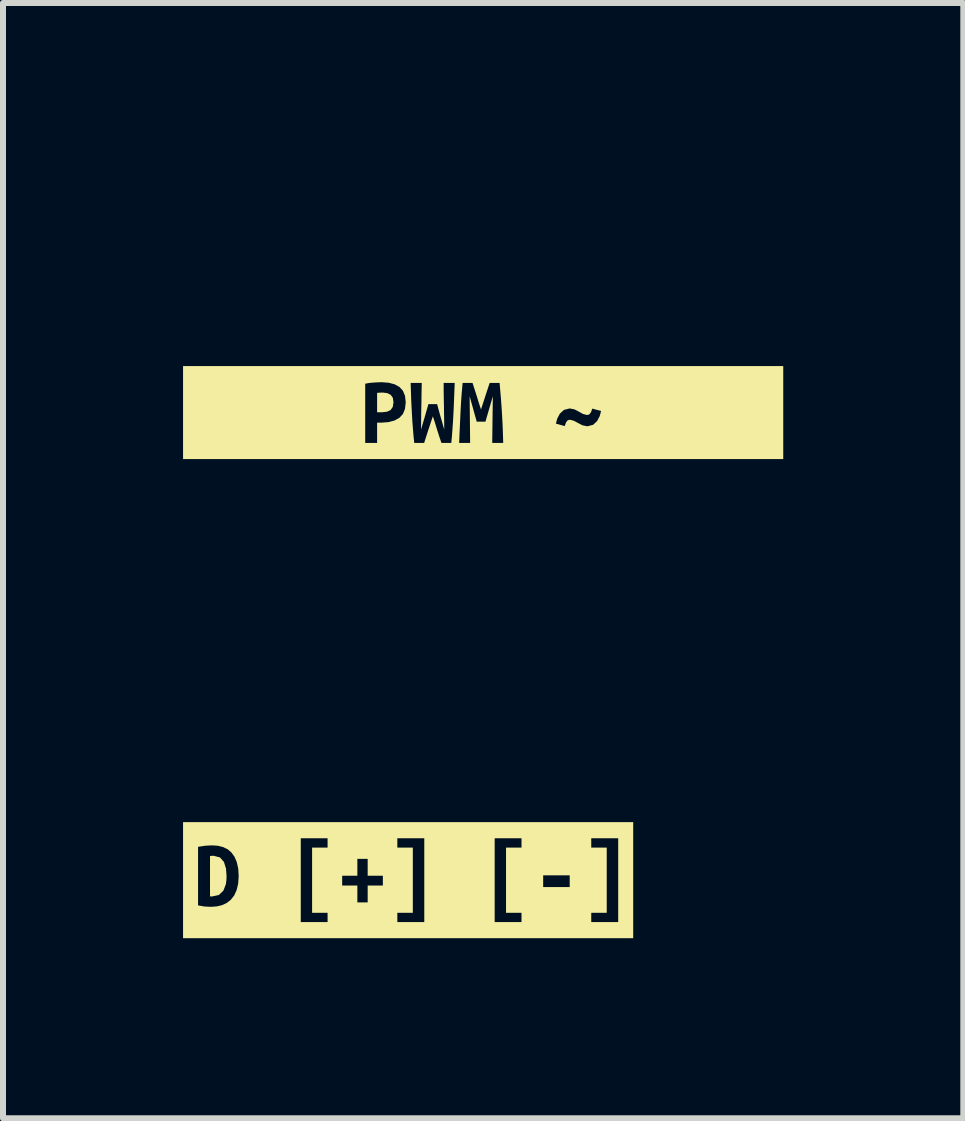
<source format=kicad_pcb>
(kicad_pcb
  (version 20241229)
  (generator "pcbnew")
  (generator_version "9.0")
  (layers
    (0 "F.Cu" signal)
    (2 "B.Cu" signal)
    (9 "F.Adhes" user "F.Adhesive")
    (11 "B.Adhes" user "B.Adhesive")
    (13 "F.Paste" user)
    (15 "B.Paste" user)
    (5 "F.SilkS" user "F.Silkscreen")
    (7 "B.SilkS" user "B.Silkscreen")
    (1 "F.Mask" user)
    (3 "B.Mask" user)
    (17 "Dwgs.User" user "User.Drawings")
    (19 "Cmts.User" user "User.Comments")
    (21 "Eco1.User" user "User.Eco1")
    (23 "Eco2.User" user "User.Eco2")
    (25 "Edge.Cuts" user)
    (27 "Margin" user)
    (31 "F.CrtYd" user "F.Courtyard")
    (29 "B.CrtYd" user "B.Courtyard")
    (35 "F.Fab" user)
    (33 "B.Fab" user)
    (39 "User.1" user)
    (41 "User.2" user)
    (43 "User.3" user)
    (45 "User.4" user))
  (footprint "kibuzzard-67A1FCF1"
    (layer "F.Cu")
    (at 3.75 11.615)
    (property "Reference" "kibuzzard-67A1FCF1" (at 0 -4.015 0) (layer "F.SilkS") (effects (font (size 0.001 0.001) (thickness 0.15))))
    (attr board_only exclude_from_pos_files exclude_from_bom)
    (fp_poly (pts (xy -3.301 0.27) (xy -3.284 0.271) (xy -3.266 0.271) (xy -3.152 0.246) (xy -3.078 0.174) (xy -3.037 0.067) (xy -3.028 0.002) (xy -3.025 -0.069) (xy -3.035 -0.195) (xy -3.069 -0.304) (xy -3.135 -0.379) (xy -3.243 -0.407) (xy -3.272 -0.406) (xy -3.301 -0.402) (xy -3.301 0.27)) (stroke (width 0) (type solid)) (fill yes) (layer "F.SilkS"))
    (fp_poly (pts (xy -3.75 -0.967) (xy -3.75 -0.967) (xy -3.75 0.967) (xy -3.75 0.967) (xy -3.287 0.967) (xy -3.287 0.444) (xy -3.391 0.439) (xy -3.5 0.42) (xy -3.5 -0.556) (xy -3.372 -0.575) (xy -3.261 -0.58) (xy -3.167 -0.573) (xy -3.081 -0.551) (xy -3.005 -0.514) (xy -2.943 -0.46) (xy -2.892 -0.389) (xy -2.855 -0.301) (xy -2.831 -0.195) (xy -2.823 -0.069) (xy -2.832 0.059) (xy -2.858 0.167) (xy -2.899 0.256) (xy -2.954 0.326) (xy -3.021 0.379) (xy -3.1 0.416) (xy -3.189 0.437) (xy -3.287 0.444) (xy -3.287 0.967) (xy -1.342 0.967) (xy -1.342 0.698) (xy -1.789 0.698) (xy -1.789 -0.698) (xy -1.342 -0.698) (xy -1.342 -0.543) (xy -1.6 -0.543) (xy -1.6 0.543) (xy -1.342 0.543) (xy -1.342 0.698) (xy -1.342 0.967) (xy -0.674 0.967) (xy -0.674 0.37) (xy -0.846 0.37) (xy -0.846 0.089) (xy -1.099 0.089) (xy -1.099 -0.074) (xy -0.846 -0.074) (xy -0.846 -0.355) (xy -0.674 -0.355) (xy -0.674 -0.074) (xy -0.421 -0.074) (xy -0.421 0.089) (xy -0.674 0.089) (xy -0.674 0.37) (xy -0.674 0.967) (xy 0.269 0.967) (xy 0.269 0.698) (xy -0.18 0.698) (xy -0.18 0.543) (xy 0.078 0.543) (xy 0.078 -0.543) (xy -0.18 -0.543) (xy -0.18 -0.698) (xy 0.269 -0.698) (xy 0.269 0.698) (xy 0.269 0.967) (xy 1.889 0.967) (xy 1.889 0.698) (xy 1.442 0.698) (xy 1.442 -0.698) (xy 1.889 -0.698) (xy 1.889 -0.543) (xy 1.631 -0.543) (xy 1.631 0.543) (xy 1.889 0.543) (xy 1.889 0.698) (xy 1.889 0.967) (xy 2.692 0.967) (xy 2.692 0.115) (xy 2.25 0.115) (xy 2.25 -0.081) (xy 2.692 -0.081) (xy 2.692 0.115) (xy 2.692 0.967) (xy 3.5 0.967) (xy 3.5 0.698) (xy 3.051 0.698) (xy 3.051 0.543) (xy 3.309 0.543) (xy 3.309 -0.543) (xy 3.051 -0.543) (xy 3.051 -0.698) (xy 3.5 -0.698) (xy 3.5 0.698) (xy 3.5 0.967) (xy 3.75 0.967) (xy 3.75 0.967) (xy 3.75 -0.967) (xy 3.75 -0.967) (xy -3.75 -0.967)) (stroke (width 0) (type solid)) (fill yes) (layer "F.SilkS")))
  (footprint "kibuzzard-67A1FC23"
    (layer "F.Cu")
    (at 5 3.824)
    (property "Reference" "kibuzzard-67A1FC23" (at 0 -3.823 0) (layer "F.SilkS") (effects (font (size 0.001 0.001) (thickness 0.15))))
    (attr board_only exclude_from_pos_files exclude_from_bom)
    (fp_poly (pts (xy -1.668 -0.333) (xy -1.717 -0.332) (xy -1.767 -0.328) (xy -1.767 -0.005) (xy -1.686 -0.005) (xy -1.602 -0.014) (xy -1.542 -0.043) (xy -1.506 -0.094) (xy -1.494 -0.173) (xy -1.505 -0.247) (xy -1.541 -0.296) (xy -1.597 -0.324) (xy -1.668 -0.333)) (stroke (width 0) (type solid)) (fill yes) (layer "F.SilkS"))
    (fp_poly (pts (xy -5 -0.775) (xy -5 -0.775) (xy -5 0.775) (xy -5 0.775) (xy -1.767 0.775) (xy -1.767 0.506) (xy -1.965 0.506) (xy -1.965 -0.481) (xy -1.9 -0.493) (xy -1.826 -0.5) (xy -1.754 -0.504) (xy -1.691 -0.506) (xy -1.573 -0.497) (xy -1.475 -0.471) (xy -1.395 -0.427) (xy -1.337 -0.364) (xy -1.302 -0.279) (xy -1.29 -0.171) (xy -1.302 -0.063) (xy -1.337 0.024) (xy -1.396 0.088) (xy -1.476 0.132) (xy -1.576 0.159) (xy -1.695 0.168) (xy -1.767 0.168) (xy -1.767 0.506) (xy -1.767 0.775) (xy -0.531 0.775) (xy -0.531 0.506) (xy -0.695 0.506) (xy -0.731 0.4) (xy -0.767 0.287) (xy -0.802 0.172) (xy -0.838 0.063) (xy -0.874 0.169) (xy -0.912 0.284) (xy -0.949 0.399) (xy -0.983 0.506) (xy -1.148 0.506) (xy -1.16 0.391) (xy -1.17 0.269) (xy -1.18 0.143) (xy -1.187 0.015) (xy -1.194 -0.113) (xy -1.2 -0.243) (xy -1.204 -0.371) (xy -1.208 -0.494) (xy -1.023 -0.494) (xy -1.025 -0.397) (xy -1.027 -0.297) (xy -1.028 -0.196) (xy -1.03 -0.095) (xy -1.032 0.005) (xy -1.033 0.103) (xy -1.034 0.196) (xy -1.035 0.283) (xy -1.002 0.17) (xy -0.966 0.048) (xy -0.935 -0.061) (xy -0.912 -0.141) (xy -0.767 -0.141) (xy -0.747 -0.065) (xy -0.719 0.036) (xy -0.685 0.153) (xy -0.649 0.283) (xy -0.649 0.196) (xy -0.65 0.103) (xy -0.652 0.005) (xy -0.653 -0.094) (xy -0.655 -0.194) (xy -0.657 -0.296) (xy -0.658 -0.397) (xy -0.658 -0.494) (xy -0.474 -0.494) (xy -0.479 -0.37) (xy -0.484 -0.242) (xy -0.489 -0.112) (xy -0.495 0.017) (xy -0.502 0.144) (xy -0.511 0.27) (xy -0.52 0.391) (xy -0.531 0.506) (xy -0.531 0.775) (xy 0.334 0.775) (xy 0.334 0.506) (xy 0.151 0.506) (xy 0.161 -0.271) (xy 0.038 0.152) (xy -0.107 0.152) (xy -0.225 -0.271) (xy -0.217 0.506) (xy -0.4 0.506) (xy -0.395 0.38) (xy -0.389 0.25) (xy -0.383 0.118) (xy -0.377 -0.013) (xy -0.37 -0.142) (xy -0.362 -0.267) (xy -0.352 -0.385) (xy -0.342 -0.494) (xy -0.177 -0.494) (xy -0.149 -0.407) (xy -0.112 -0.292) (xy -0.074 -0.168) (xy -0.036 -0.052) (xy 0.004 -0.175) (xy 0.044 -0.298) (xy 0.08 -0.409) (xy 0.109 -0.494) (xy 0.274 -0.494) (xy 0.285 -0.365) (xy 0.296 -0.239) (xy 0.305 -0.115) (xy 0.313 0.007) (xy 0.32 0.13) (xy 0.326 0.253) (xy 0.33 0.378) (xy 0.334 0.506) (xy 0.334 0.775) (xy 1.736 0.775) (xy 1.736 0.229) (xy 1.654 0.212) (xy 1.581 0.174) (xy 1.512 0.137) (xy 1.448 0.12) (xy 1.423 0.123) (xy 1.4 0.137) (xy 1.379 0.168) (xy 1.359 0.225) (xy 1.212 0.184) (xy 1.235 0.099) (xy 1.278 0.018) (xy 1.345 -0.044) (xy 1.442 -0.069) (xy 1.522 -0.053) (xy 1.595 -0.015) (xy 1.663 0.023) (xy 1.728 0.04) (xy 1.753 0.037) (xy 1.776 0.023) (xy 1.798 -0.01) (xy 1.818 -0.066) (xy 1.965 -0.026) (xy 1.942 0.059) (xy 1.899 0.141) (xy 1.832 0.204) (xy 1.736 0.229) (xy 1.736 0.775) (xy 5 0.775) (xy 5 0.775) (xy 5 -0.775) (xy 5 -0.775) (xy -5 -0.775)) (stroke (width 0) (type solid)) (fill yes) (layer "F.SilkS")))
  (gr_rect
    (start -3 -3)
    (end 13 15.582)
    (stroke (width 0.1) (type default))
    (fill no)
    (layer "Edge.Cuts")))
</source>
